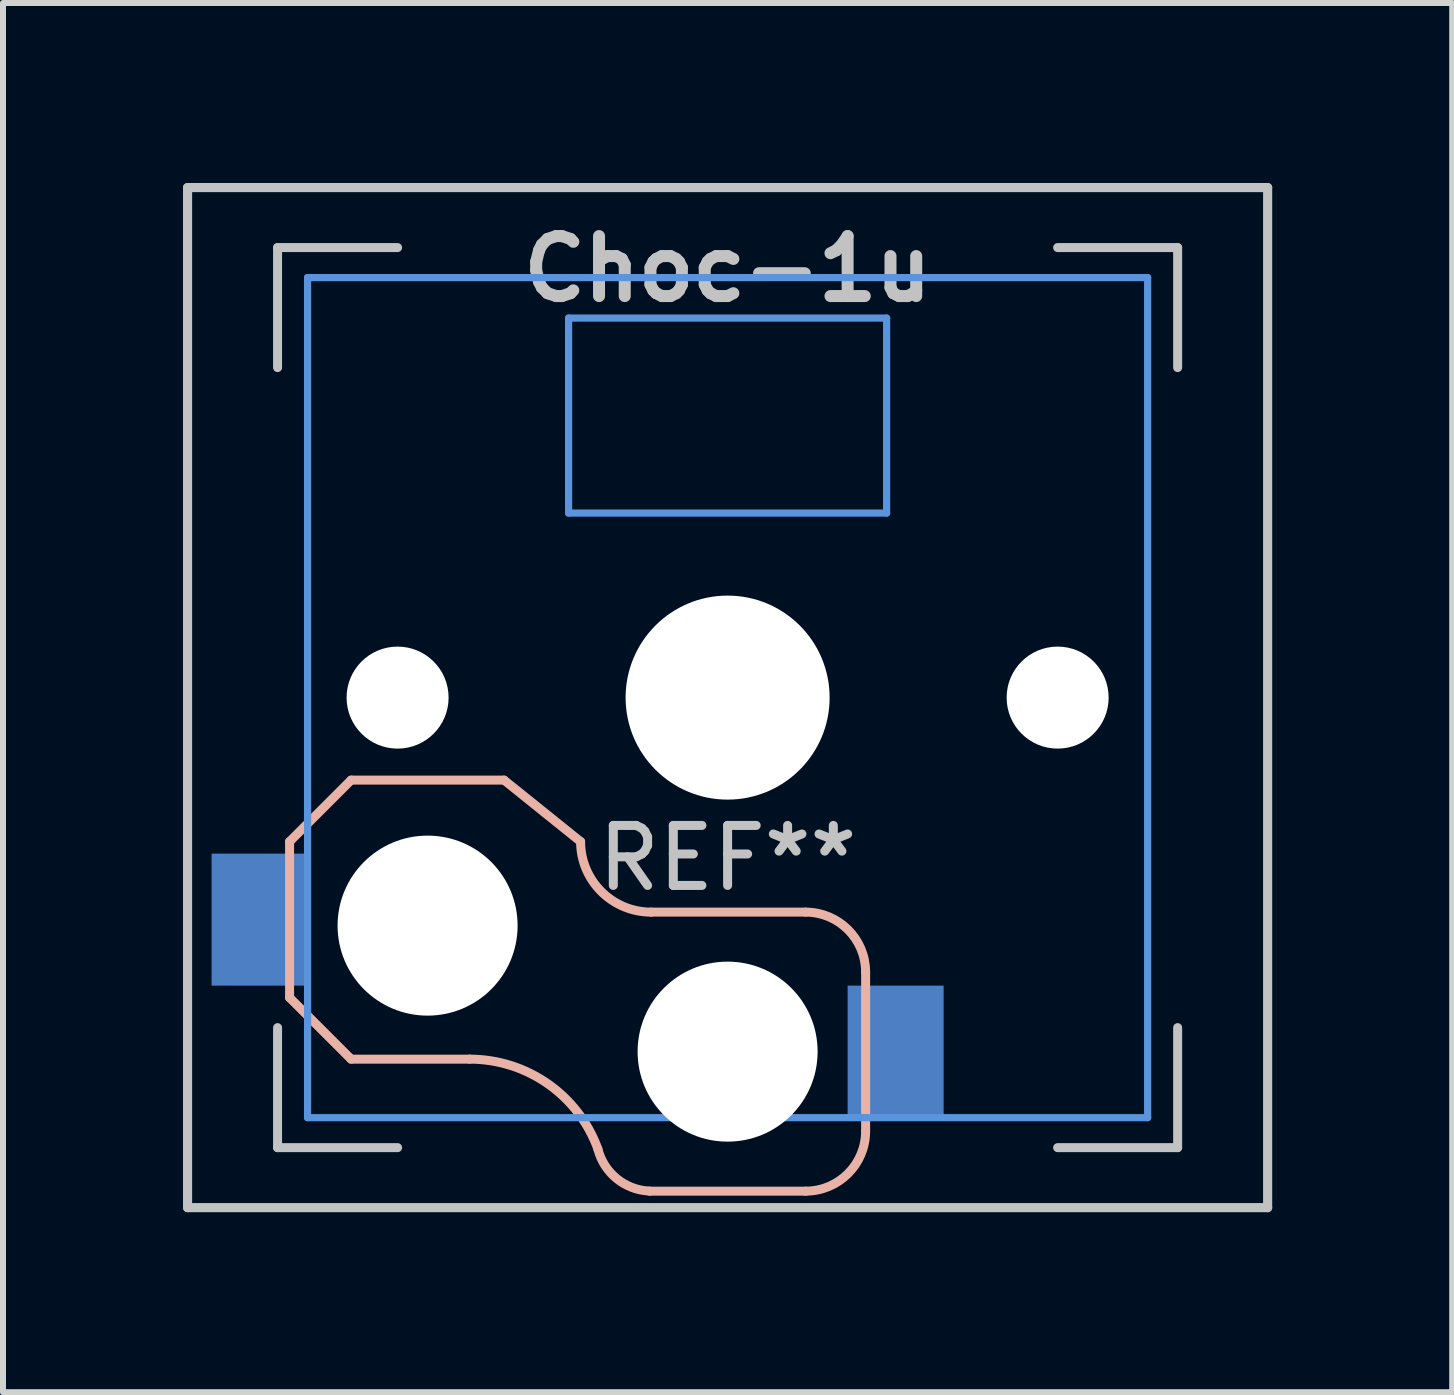
<source format=kicad_pcb>
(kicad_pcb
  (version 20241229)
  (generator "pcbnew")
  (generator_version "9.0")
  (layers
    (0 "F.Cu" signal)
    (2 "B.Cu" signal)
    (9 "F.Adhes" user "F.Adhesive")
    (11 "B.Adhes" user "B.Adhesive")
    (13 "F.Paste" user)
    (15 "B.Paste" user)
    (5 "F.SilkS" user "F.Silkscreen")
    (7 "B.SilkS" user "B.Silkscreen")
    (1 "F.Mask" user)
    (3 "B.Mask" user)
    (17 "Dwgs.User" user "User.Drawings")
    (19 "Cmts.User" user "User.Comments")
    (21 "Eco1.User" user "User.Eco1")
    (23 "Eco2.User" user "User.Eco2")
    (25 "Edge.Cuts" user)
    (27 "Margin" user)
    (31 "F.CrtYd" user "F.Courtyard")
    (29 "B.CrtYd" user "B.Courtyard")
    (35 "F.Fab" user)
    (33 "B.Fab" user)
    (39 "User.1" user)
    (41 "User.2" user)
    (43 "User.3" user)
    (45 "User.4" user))
  (footprint "Choc-1u"
    (layer "F.Cu")
    (at 9.076 8.576)
    (property "Reference" "Choc-1u" (at 0 -7.144 180) (layer "Dwgs.User") (effects (font (size 1 1) (thickness 0.2))))
    (attr smd)
    (fp_line (start -7.3 2.4) (end -7.3 5) (stroke (width 0.15) (type solid)) (layer "B.SilkS"))
    (fp_line (start -7.3 2.4) (end -6.275 1.375) (stroke (width 0.15) (type solid)) (layer "B.SilkS"))
    (fp_line (start -7.3 5) (end -6.275 6.025) (stroke (width 0.15) (type solid)) (layer "B.SilkS"))
    (fp_line (start -4.3 6.025) (end -6.275 6.025) (stroke (width 0.15) (type solid)) (layer "B.SilkS"))
    (fp_line (start -3.725 1.375) (end -6.275 1.375) (stroke (width 0.15) (type solid)) (layer "B.SilkS"))
    (fp_line (start -3.725 1.375) (end -2.45 2.4) (stroke (width 0.15) (type solid)) (layer "B.SilkS"))
    (fp_line (start 1.3 3.575) (end -1.275 3.575) (stroke (width 0.15) (type solid)) (layer "B.SilkS"))
    (fp_line (start 1.3 8.225) (end -1.3 8.225) (stroke (width 0.15) (type solid)) (layer "B.SilkS"))
    (fp_line (start 2.3 4.575) (end 2.3 7.225) (stroke (width 0.15) (type solid)) (layer "B.SilkS"))
    (fp_arc (start -4.3 6.025) (mid -2.995114 6.436429) (end -2.162199 7.521904) (stroke (width 0.15) (type solid)) (layer "B.SilkS"))
    (fp_arc (start -1.300995 8.223791) (mid -1.848284 8.016021) (end -2.162199 7.521904) (stroke (width 0.15) (type solid)) (layer "B.SilkS"))
    (fp_arc (start -1.275 3.575) (mid -2.10585 3.23085) (end -2.45 2.4) (stroke (width 0.15) (type solid)) (layer "B.SilkS"))
    (fp_arc (start 1.3 3.575) (mid 2.007107 3.867893) (end 2.3 4.575) (stroke (width 0.15) (type solid)) (layer "B.SilkS"))
    (fp_arc (start 2.3 7.225) (mid 2.007107 7.932107) (end 1.3 8.225) (stroke (width 0.15) (type solid)) (layer "B.SilkS"))
    (fp_line (start -9 -8.5) (end 9 -8.5) (stroke (width 0.152) (type solid)) (layer "Dwgs.User"))
    (fp_line (start -9 8.5) (end -9 -8.5) (stroke (width 0.152) (type solid)) (layer "Dwgs.User"))
    (fp_line (start -7.5 -7.5) (end -7.5 -5.5) (stroke (width 0.15) (type solid)) (layer "Dwgs.User"))
    (fp_line (start -7.5 7.5) (end -7.5 5.5) (stroke (width 0.15) (type solid)) (layer "Dwgs.User"))
    (fp_line (start -5.5 -7.5) (end -7.5 -7.5) (stroke (width 0.15) (type solid)) (layer "Dwgs.User"))
    (fp_line (start -5.5 7.5) (end -7.5 7.5) (stroke (width 0.15) (type solid)) (layer "Dwgs.User"))
    (fp_line (start 5.5 -7.5) (end 7.5 -7.5) (stroke (width 0.15) (type solid)) (layer "Dwgs.User"))
    (fp_line (start 5.5 7.5) (end 7.5 7.5) (stroke (width 0.15) (type solid)) (layer "Dwgs.User"))
    (fp_line (start 7.5 -7.5) (end 7.5 -5.5) (stroke (width 0.15) (type solid)) (layer "Dwgs.User"))
    (fp_line (start 7.5 7.5) (end 7.5 5.5) (stroke (width 0.15) (type solid)) (layer "Dwgs.User"))
    (fp_line (start 9 -8.5) (end 9 8.5) (stroke (width 0.152) (type solid)) (layer "Dwgs.User"))
    (fp_line (start 9 8.5) (end -9 8.5) (stroke (width 0.152) (type solid)) (layer "Dwgs.User"))
    (fp_line (start -7 -7) (end -7 7) (stroke (width 0.12) (type solid)) (layer "Cmts.User"))
    (fp_line (start -7 7) (end 7 7) (stroke (width 0.12) (type solid)) (layer "Cmts.User"))
    (fp_line (start -2.65 -6.325) (end 2.65 -6.325) (stroke (width 0.12) (type solid)) (layer "Cmts.User"))
    (fp_line (start -2.65 -3.075) (end -2.65 -6.325) (stroke (width 0.12) (type solid)) (layer "Cmts.User"))
    (fp_line (start 2.65 -6.325) (end 2.65 -3.075) (stroke (width 0.12) (type solid)) (layer "Cmts.User"))
    (fp_line (start 2.65 -3.075) (end -2.65 -3.075) (stroke (width 0.12) (type solid)) (layer "Cmts.User"))
    (fp_line (start 7 -7) (end -7 -7) (stroke (width 0.12) (type solid)) (layer "Cmts.User"))
    (fp_line (start 7 7) (end 7 -7) (stroke (width 0.12) (type solid)) (layer "Cmts.User"))
    (fp_text user "REF**" (at 0 2.675 0) (layer "Dwgs.User") (effects (font (size 1 1) (thickness 0.15))))
    (pad "" np_thru_hole circle (at -5.5 0 180) (size 1.7 1.7) (drill 1.7) (layers "*.Cu" "*.Mask"))
    (pad "" np_thru_hole circle (at -5 3.8 90) (size 3 3) (drill 3) (layers "*.Cu" "*.Mask"))
    (pad "" np_thru_hole circle (at 0 0 90) (size 3.4 3.4) (drill 3.4) (layers "*.Cu" "*.Mask"))
    (pad "" np_thru_hole circle (at 0 5.9 90) (size 3 3) (drill 3) (layers "*.Cu" "*.Mask"))
    (pad "" np_thru_hole circle (at 5.5 0 180) (size 1.7 1.7) (drill 1.7) (layers "*.Cu" "*.Mask"))
    (pad "1" smd rect (at -7.8 3.7 180) (size 1.6 2.2) (layers "B.Cu" "B.Mask" "B.Paste"))
    (pad "2" smd rect (at 2.8 5.9 180) (size 1.6 2.2) (layers "B.Cu" "B.Mask" "B.Paste")))
  (gr_rect
    (start -3 -3)
    (end 21.152 20.152)
    (stroke (width 0.1) (type default))
    (fill no)
    (layer "Edge.Cuts")))
</source>
